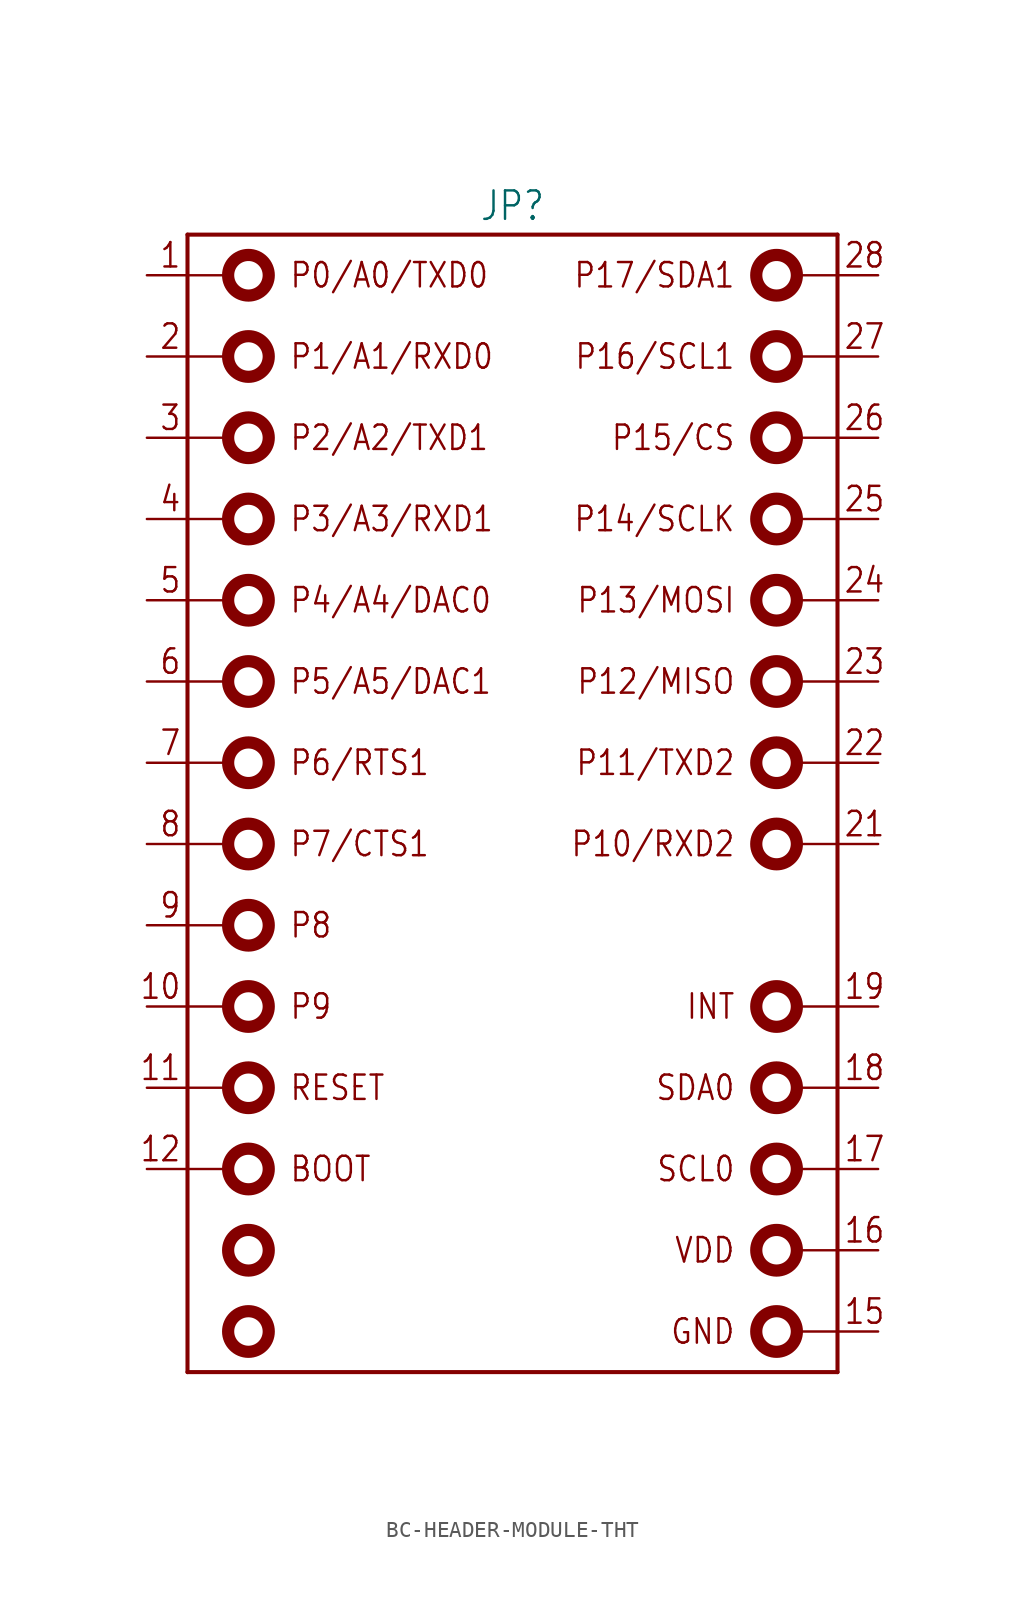
<source format=kicad_sym>
(kicad_symbol_lib
  (version 20231120)
  (generator "kicad_symbol_editor")
  (generator_version "8.0")
  (symbol "BC-HEADER-MODULE-THT"
    (property "Reference" "JP"
      (at 0 36.322 0)
      (effects (font (size 1.778 1.511)) (justify bottom)))
    (property "Value" ""
      (at 0 -36.322 0)
      (effects (font (size 1.778 1.511)) (justify top)))
    (property "ki_locked" ""
      (at 0 0 0)
      (effects (font (size 1.27 1.27))))
    (symbol "BC-HEADER-MODULE-THT_1_0"
      (circle (center -16.51 -33.02) (radius 1.27) (stroke (width 0.762) (type solid)) (fill (type none)))
      (circle (center -16.51 -27.94) (radius 1.27) (stroke (width 0.762) (type solid)) (fill (type none)))
      (circle (center -16.51 -22.86) (radius 1.27) (stroke (width 0.762) (type solid)) (fill (type none)))
      (circle (center -16.51 -17.78) (radius 1.27) (stroke (width 0.762) (type solid)) (fill (type none)))
      (circle (center -16.51 -12.7) (radius 1.27) (stroke (width 0.762) (type solid)) (fill (type none)))
      (circle (center -16.51 -7.62) (radius 1.27) (stroke (width 0.762) (type solid)) (fill (type none)))
      (circle (center -16.51 -2.54) (radius 1.27) (stroke (width 0.762) (type solid)) (fill (type none)))
      (circle (center -16.51 2.54) (radius 1.27) (stroke (width 0.762) (type solid)) (fill (type none)))
      (circle (center -16.51 7.62) (radius 1.27) (stroke (width 0.762) (type solid)) (fill (type none)))
      (circle (center -16.51 12.7) (radius 1.27) (stroke (width 0.762) (type solid)) (fill (type none)))
      (circle (center -16.51 17.78) (radius 1.27) (stroke (width 0.762) (type solid)) (fill (type none)))
      (circle (center -16.51 22.86) (radius 1.27) (stroke (width 0.762) (type solid)) (fill (type none)))
      (circle (center -16.51 27.94) (radius 1.27) (stroke (width 0.762) (type solid)) (fill (type none)))
      (circle (center -16.51 33.02) (radius 1.27) (stroke (width 0.762) (type solid)) (fill (type none)))
      (polyline (pts (xy -20.32 -22.86) (xy -17.78 -22.86)) (stroke (width 0.152) (type solid)) (fill (type none)))
      (polyline (pts (xy -20.32 -17.78) (xy -17.78 -17.78)) (stroke (width 0.152) (type solid)) (fill (type none)))
      (polyline (pts (xy -20.32 -12.7) (xy -17.78 -12.7)) (stroke (width 0.152) (type solid)) (fill (type none)))
      (polyline (pts (xy -20.32 -7.62) (xy -17.78 -7.62)) (stroke (width 0.152) (type solid)) (fill (type none)))
      (polyline (pts (xy -20.32 -2.54) (xy -17.78 -2.54)) (stroke (width 0.152) (type solid)) (fill (type none)))
      (polyline (pts (xy -20.32 2.54) (xy -17.78 2.54)) (stroke (width 0.152) (type solid)) (fill (type none)))
      (polyline (pts (xy -20.32 7.62) (xy -17.78 7.62)) (stroke (width 0.152) (type solid)) (fill (type none)))
      (polyline (pts (xy -20.32 12.7) (xy -17.78 12.7)) (stroke (width 0.152) (type solid)) (fill (type none)))
      (polyline (pts (xy -20.32 17.78) (xy -17.78 17.78)) (stroke (width 0.152) (type solid)) (fill (type none)))
      (polyline (pts (xy -20.32 22.86) (xy -17.78 22.86)) (stroke (width 0.152) (type solid)) (fill (type none)))
      (polyline (pts (xy -20.32 27.94) (xy -17.78 27.94)) (stroke (width 0.152) (type solid)) (fill (type none)))
      (polyline (pts (xy -20.32 33.02) (xy -17.78 33.02)) (stroke (width 0.152) (type solid)) (fill (type none)))
      (polyline (pts (xy -20.32 35.56) (xy -20.32 -35.56)) (stroke (width 0.254) (type solid)) (fill (type none)))
      (polyline (pts (xy -20.32 35.56) (xy 20.32 35.56)) (stroke (width 0.254) (type solid)) (fill (type none)))
      (polyline (pts (xy 20.32 -35.56) (xy -20.32 -35.56)) (stroke (width 0.254) (type solid)) (fill (type none)))
      (polyline (pts (xy 20.32 -33.02) (xy 17.78 -33.02)) (stroke (width 0.152) (type solid)) (fill (type none)))
      (polyline (pts (xy 20.32 -27.94) (xy 17.78 -27.94)) (stroke (width 0.152) (type solid)) (fill (type none)))
      (polyline (pts (xy 20.32 -22.86) (xy 17.78 -22.86)) (stroke (width 0.152) (type solid)) (fill (type none)))
      (polyline (pts (xy 20.32 -17.78) (xy 17.78 -17.78)) (stroke (width 0.152) (type solid)) (fill (type none)))
      (polyline (pts (xy 20.32 -12.7) (xy 17.78 -12.7)) (stroke (width 0.152) (type solid)) (fill (type none)))
      (polyline (pts (xy 20.32 -2.54) (xy 17.78 -2.54)) (stroke (width 0.152) (type solid)) (fill (type none)))
      (polyline (pts (xy 20.32 2.54) (xy 17.78 2.54)) (stroke (width 0.152) (type solid)) (fill (type none)))
      (polyline (pts (xy 20.32 7.62) (xy 17.78 7.62)) (stroke (width 0.152) (type solid)) (fill (type none)))
      (polyline (pts (xy 20.32 12.7) (xy 17.78 12.7)) (stroke (width 0.152) (type solid)) (fill (type none)))
      (polyline (pts (xy 20.32 17.78) (xy 17.78 17.78)) (stroke (width 0.152) (type solid)) (fill (type none)))
      (polyline (pts (xy 20.32 22.86) (xy 17.78 22.86)) (stroke (width 0.152) (type solid)) (fill (type none)))
      (polyline (pts (xy 20.32 27.94) (xy 17.78 27.94)) (stroke (width 0.152) (type solid)) (fill (type none)))
      (polyline (pts (xy 20.32 33.02) (xy 17.78 33.02)) (stroke (width 0.152) (type solid)) (fill (type none)))
      (polyline (pts (xy 20.32 35.56) (xy 20.32 -35.56)) (stroke (width 0.254) (type solid)) (fill (type none)))
      (circle (center 16.51 -33.02) (radius 1.27) (stroke (width 0.762) (type solid)) (fill (type none)))
      (circle (center 16.51 -27.94) (radius 1.27) (stroke (width 0.762) (type solid)) (fill (type none)))
      (circle (center 16.51 -22.86) (radius 1.27) (stroke (width 0.762) (type solid)) (fill (type none)))
      (circle (center 16.51 -17.78) (radius 1.27) (stroke (width 0.762) (type solid)) (fill (type none)))
      (circle (center 16.51 -12.7) (radius 1.27) (stroke (width 0.762) (type solid)) (fill (type none)))
      (circle (center 16.51 -2.54) (radius 1.27) (stroke (width 0.762) (type solid)) (fill (type none)))
      (circle (center 16.51 2.54) (radius 1.27) (stroke (width 0.762) (type solid)) (fill (type none)))
      (circle (center 16.51 7.62) (radius 1.27) (stroke (width 0.762) (type solid)) (fill (type none)))
      (circle (center 16.51 12.7) (radius 1.27) (stroke (width 0.762) (type solid)) (fill (type none)))
      (circle (center 16.51 17.78) (radius 1.27) (stroke (width 0.762) (type solid)) (fill (type none)))
      (circle (center 16.51 22.86) (radius 1.27) (stroke (width 0.762) (type solid)) (fill (type none)))
      (circle (center 16.51 27.94) (radius 1.27) (stroke (width 0.762) (type solid)) (fill (type none)))
      (circle (center 16.51 33.02) (radius 1.27) (stroke (width 0.762) (type solid)) (fill (type none)))
      (text "1" (at -20.676 33.376 0) (effects (font (size 1.524 1.295)) (justify right bottom)))
      (text "10" (at -20.676 -12.344 0) (effects (font (size 1.524 1.295)) (justify right bottom)))
      (text "11" (at -20.676 -17.424 0) (effects (font (size 1.524 1.295)) (justify right bottom)))
      (text "12" (at -20.676 -22.504 0) (effects (font (size 1.524 1.295)) (justify right bottom)))
      (text "15" (at 20.676 -32.664 0) (effects (font (size 1.524 1.295)) (justify left bottom)))
      (text "16" (at 20.676 -27.584 0) (effects (font (size 1.524 1.295)) (justify left bottom)))
      (text "17" (at 20.676 -22.504 0) (effects (font (size 1.524 1.295)) (justify left bottom)))
      (text "18" (at 20.676 -17.424 0) (effects (font (size 1.524 1.295)) (justify left bottom)))
      (text "19" (at 20.676 -12.344 0) (effects (font (size 1.524 1.295)) (justify left bottom)))
      (text "2" (at -20.676 28.296 0) (effects (font (size 1.524 1.295)) (justify right bottom)))
      (text "21" (at 20.676 -2.184 0) (effects (font (size 1.524 1.295)) (justify left bottom)))
      (text "22" (at 20.676 2.896 0) (effects (font (size 1.524 1.295)) (justify left bottom)))
      (text "23" (at 20.676 7.976 0) (effects (font (size 1.524 1.295)) (justify left bottom)))
      (text "24" (at 20.676 13.056 0) (effects (font (size 1.524 1.295)) (justify left bottom)))
      (text "25" (at 20.676 18.136 0) (effects (font (size 1.524 1.295)) (justify left bottom)))
      (text "26" (at 20.676 23.216 0) (effects (font (size 1.524 1.295)) (justify left bottom)))
      (text "27" (at 20.676 28.296 0) (effects (font (size 1.524 1.295)) (justify left bottom)))
      (text "28" (at 20.676 33.376 0) (effects (font (size 1.524 1.295)) (justify left bottom)))
      (text "3" (at -20.676 23.216 0) (effects (font (size 1.524 1.295)) (justify right bottom)))
      (text "4" (at -20.676 18.136 0) (effects (font (size 1.524 1.295)) (justify right bottom)))
      (text "5" (at -20.676 13.056 0) (effects (font (size 1.524 1.295)) (justify right bottom)))
      (text "6" (at -20.676 7.976 0) (effects (font (size 1.524 1.295)) (justify right bottom)))
      (text "7" (at -20.676 2.896 0) (effects (font (size 1.524 1.295)) (justify right bottom)))
      (text "8" (at -20.676 -2.184 0) (effects (font (size 1.524 1.295)) (justify right bottom)))
      (text "9" (at -20.676 -7.264 0) (effects (font (size 1.524 1.295)) (justify right bottom)))
      (text "BOOT" (at -13.97 -22.86 0) (effects (font (size 1.524 1.295)) (justify left)))
      (text "GND" (at 13.97 -33.02 0) (effects (font (size 1.524 1.295)) (justify right)))
      (text "INT" (at 13.97 -12.7 0) (effects (font (size 1.524 1.295)) (justify right)))
      (text "P0/A0/TXD0" (at -13.97 33.02 0) (effects (font (size 1.524 1.295)) (justify left)))
      (text "P1/A1/RXD0" (at -13.97 27.94 0) (effects (font (size 1.524 1.295)) (justify left)))
      (text "P10/RXD2" (at 13.97 -2.54 0) (effects (font (size 1.524 1.295)) (justify right)))
      (text "P11/TXD2" (at 13.97 2.54 0) (effects (font (size 1.524 1.295)) (justify right)))
      (text "P12/MISO" (at 13.97 7.62 0) (effects (font (size 1.524 1.295)) (justify right)))
      (text "P13/MOSI" (at 13.97 12.7 0) (effects (font (size 1.524 1.295)) (justify right)))
      (text "P14/SCLK" (at 13.97 17.78 0) (effects (font (size 1.524 1.295)) (justify right)))
      (text "P15/CS" (at 13.97 22.86 0) (effects (font (size 1.524 1.295)) (justify right)))
      (text "P16/SCL1" (at 13.97 27.94 0) (effects (font (size 1.524 1.295)) (justify right)))
      (text "P17/SDA1" (at 13.97 33.02 0) (effects (font (size 1.524 1.295)) (justify right)))
      (text "P2/A2/TXD1" (at -13.97 22.86 0) (effects (font (size 1.524 1.295)) (justify left)))
      (text "P3/A3/RXD1" (at -13.97 17.78 0) (effects (font (size 1.524 1.295)) (justify left)))
      (text "P4/A4/DAC0" (at -13.97 12.7 0) (effects (font (size 1.524 1.295)) (justify left)))
      (text "P5/A5/DAC1" (at -13.97 7.62 0) (effects (font (size 1.524 1.295)) (justify left)))
      (text "P6/RTS1" (at -13.97 2.54 0) (effects (font (size 1.524 1.295)) (justify left)))
      (text "P7/CTS1" (at -13.97 -2.54 0) (effects (font (size 1.524 1.295)) (justify left)))
      (text "P8" (at -13.97 -7.62 0) (effects (font (size 1.524 1.295)) (justify left)))
      (text "P9" (at -13.97 -12.7 0) (effects (font (size 1.524 1.295)) (justify left)))
      (text "RESET" (at -13.97 -17.78 0) (effects (font (size 1.524 1.295)) (justify left)))
      (text "SCL0" (at 13.97 -22.86 0) (effects (font (size 1.524 1.295)) (justify right)))
      (text "SDA0" (at 13.97 -17.78 0) (effects (font (size 1.524 1.295)) (justify right)))
      (text "VDD" (at 13.97 -27.94 0) (effects (font (size 1.524 1.295)) (justify right)))
      (pin passive line (at -22.86 33.02 0) (length 2.54) (name "P0/A0/TXD0" (effects (font (size 0 0)))) (number "1" (effects (font (size 0 0)))))
      (pin passive line (at -22.86 -12.7 0) (length 2.54) (name "P9" (effects (font (size 0 0)))) (number "10" (effects (font (size 0 0)))))
      (pin passive line (at -22.86 -17.78 0) (length 2.54) (name "RESET" (effects (font (size 0 0)))) (number "11" (effects (font (size 0 0)))))
      (pin passive line (at -22.86 -22.86 0) (length 2.54) (name "BOOT" (effects (font (size 0 0)))) (number "12" (effects (font (size 0 0)))))
      (pin passive line (at 22.86 -33.02 180) (length 2.54) (name "GND" (effects (font (size 0 0)))) (number "15" (effects (font (size 0 0)))))
      (pin passive line (at 22.86 -27.94 180) (length 2.54) (name "VDD" (effects (font (size 0 0)))) (number "16" (effects (font (size 0 0)))))
      (pin passive line (at 22.86 -22.86 180) (length 2.54) (name "SCL0" (effects (font (size 0 0)))) (number "17" (effects (font (size 0 0)))))
      (pin passive line (at 22.86 -17.78 180) (length 2.54) (name "SDA0" (effects (font (size 0 0)))) (number "18" (effects (font (size 0 0)))))
      (pin passive line (at 22.86 -12.7 180) (length 2.54) (name "INT" (effects (font (size 0 0)))) (number "19" (effects (font (size 0 0)))))
      (pin passive line (at -22.86 27.94 0) (length 2.54) (name "P1/A1/RXD03" (effects (font (size 0 0)))) (number "2" (effects (font (size 0 0)))))
      (pin passive line (at 22.86 -2.54 180) (length 2.54) (name "P10/RXD2" (effects (font (size 0 0)))) (number "21" (effects (font (size 0 0)))))
      (pin passive line (at 22.86 2.54 180) (length 2.54) (name "P11/TXD2" (effects (font (size 0 0)))) (number "22" (effects (font (size 0 0)))))
      (pin passive line (at 22.86 7.62 180) (length 2.54) (name "P12/MISO" (effects (font (size 0 0)))) (number "23" (effects (font (size 0 0)))))
      (pin passive line (at 22.86 12.7 180) (length 2.54) (name "P13/MOSI" (effects (font (size 0 0)))) (number "24" (effects (font (size 0 0)))))
      (pin passive line (at 22.86 17.78 180) (length 2.54) (name "P14/SCLK" (effects (font (size 0 0)))) (number "25" (effects (font (size 0 0)))))
      (pin passive line (at 22.86 22.86 180) (length 2.54) (name "P15/CS" (effects (font (size 0 0)))) (number "26" (effects (font (size 0 0)))))
      (pin passive line (at 22.86 27.94 180) (length 2.54) (name "P16/SCL1" (effects (font (size 0 0)))) (number "27" (effects (font (size 0 0)))))
      (pin passive line (at 22.86 33.02 180) (length 2.54) (name "P17/SDA1" (effects (font (size 0 0)))) (number "28" (effects (font (size 0 0)))))
      (pin passive line (at -22.86 22.86 0) (length 2.54) (name "P2/A2/TXD1" (effects (font (size 0 0)))) (number "3" (effects (font (size 0 0)))))
      (pin passive line (at -22.86 17.78 0) (length 2.54) (name "P3/A3/RXD1" (effects (font (size 0 0)))) (number "4" (effects (font (size 0 0)))))
      (pin passive line (at -22.86 12.7 0) (length 2.54) (name "P4/A4/DAC0" (effects (font (size 0 0)))) (number "5" (effects (font (size 0 0)))))
      (pin passive line (at -22.86 7.62 0) (length 2.54) (name "P5/A5/DAC1" (effects (font (size 0 0)))) (number "6" (effects (font (size 0 0)))))
      (pin passive line (at -22.86 2.54 0) (length 2.54) (name "P6/RTS1" (effects (font (size 0 0)))) (number "7" (effects (font (size 0 0)))))
      (pin passive line (at -22.86 -2.54 0) (length 2.54) (name "P7/CTS1" (effects (font (size 0 0)))) (number "8" (effects (font (size 0 0)))))
      (pin passive line (at -22.86 -7.62 0) (length 2.54) (name "P8" (effects (font (size 0 0)))) (number "9" (effects (font (size 0 0))))))))
</source>
